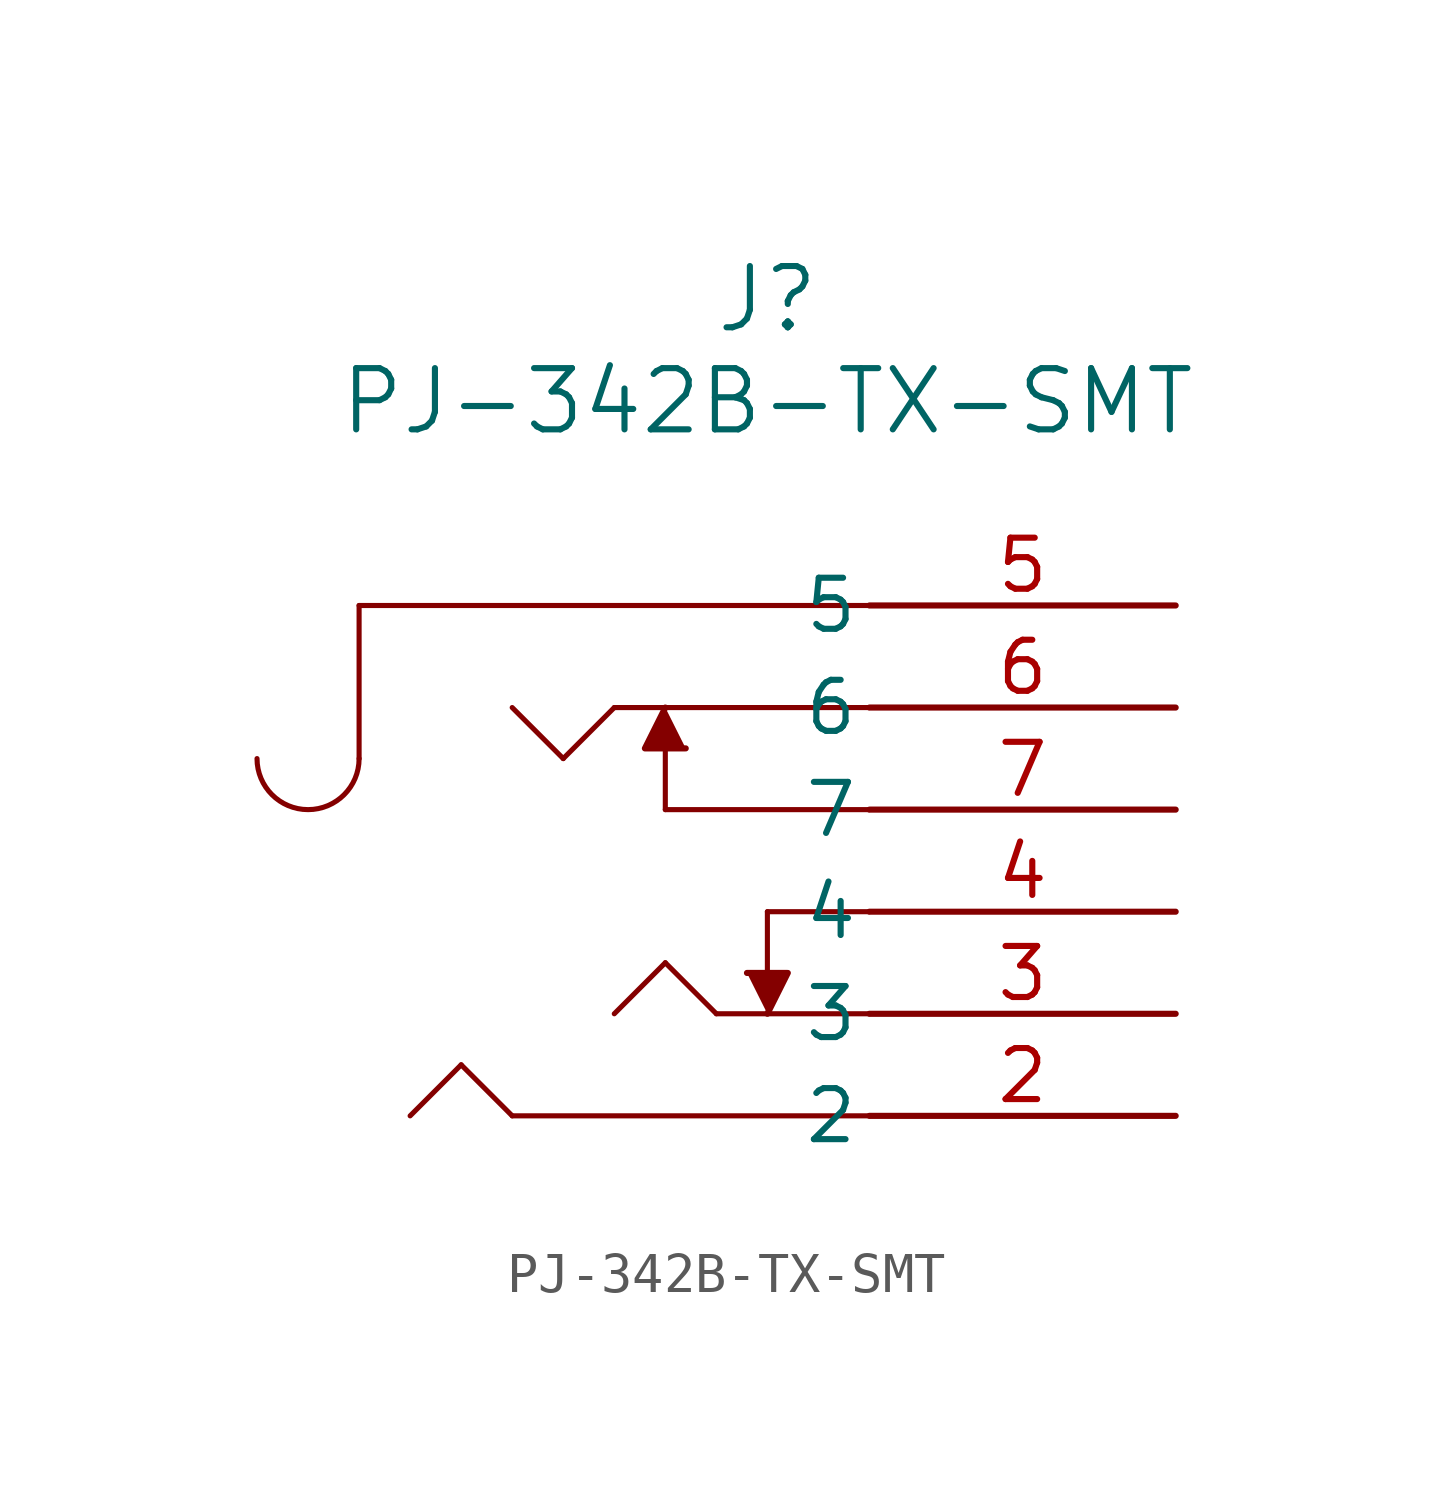
<source format=kicad_sym>
(kicad_symbol_lib
  (version 20231120)
  (generator "kicad_symbol_editor")
  (generator_version "8.0")
  (symbol "PJ-342B-TX-SMT"
    (pin_names
      (offset 0.254))
    (property "Reference" "J"
      (at -10.16 7.62 0)
      (effects (font (size 1.524 1.524))))
    (property "Value" "PJ-342B-TX-SMT"
      (at -10.16 5.08 0)
      (effects (font (size 1.524 1.524))))
    (symbol "PJ-342B-TX-SMT_0_1"
      (arc (start -22.86 -3.81) (mid -21.59 -5.0744) (end -20.32 -3.81) (stroke (width 0.127) (type default)) (fill (type none)))
      (polyline (pts (xy -20.32 0) (xy -20.32 -3.81)) (stroke (width 0.127) (type default)) (fill (type none)))
      (polyline (pts (xy -17.78 -11.43) (xy -19.05 -12.7)) (stroke (width 0.127) (type default)) (fill (type none)))
      (polyline (pts (xy -16.51 -12.7) (xy -17.78 -11.43)) (stroke (width 0.127) (type default)) (fill (type none)))
      (polyline (pts (xy -15.24 -3.81) (xy -16.51 -2.54)) (stroke (width 0.127) (type default)) (fill (type none)))
      (polyline (pts (xy -13.97 -2.54) (xy -15.24 -3.81)) (stroke (width 0.127) (type default)) (fill (type none)))
      (polyline (pts (xy -12.7 -8.89) (xy -13.97 -10.16)) (stroke (width 0.127) (type default)) (fill (type none)))
      (polyline (pts (xy -12.7 -5.08) (xy -7.62 -5.08)) (stroke (width 0.127) (type default)) (fill (type none)))
      (polyline (pts (xy -12.7 -3.556) (xy -12.7 -5.08)) (stroke (width 0.127) (type default)) (fill (type none)))
      (polyline (pts (xy -11.43 -10.16) (xy -12.7 -8.89)) (stroke (width 0.127) (type default)) (fill (type none)))
      (polyline (pts (xy -10.16 -9.144) (xy -10.16 -7.62)) (stroke (width 0.127) (type default)) (fill (type none)))
      (polyline (pts (xy -10.16 -7.62) (xy -7.62 -7.62)) (stroke (width 0.127) (type default)) (fill (type none)))
      (polyline (pts (xy -7.62 -12.7) (xy -16.51 -12.7)) (stroke (width 0.127) (type default)) (fill (type none)))
      (polyline (pts (xy -7.62 -10.16) (xy -11.43 -10.16)) (stroke (width 0.127) (type default)) (fill (type none)))
      (polyline (pts (xy -7.62 -2.54) (xy -13.97 -2.54)) (stroke (width 0.127) (type default)) (fill (type none)))
      (polyline (pts (xy -7.62 0) (xy -20.32 0)) (stroke (width 0.127) (type default)) (fill (type none)))
      (polyline (pts (xy -12.7 -2.54) (xy -13.208 -3.556) (xy -12.192 -3.556)) (stroke (width 0) (type default)) (fill (type outline)))
      (polyline (pts (xy -10.16 -10.16) (xy -9.652 -9.144) (xy -10.668 -9.144)) (stroke (width 0) (type default)) (fill (type outline)))
      (pin unspecified line (at 0 -12.7 180) (length 7.62) (name "2" (effects (font (size 1.27 1.27)))) (number "2" (effects (font (size 1.27 1.27)))))
      (pin unspecified line (at 0 -10.16 180) (length 7.62) (name "3" (effects (font (size 1.27 1.27)))) (number "3" (effects (font (size 1.27 1.27)))))
      (pin unspecified line (at 0 -7.62 180) (length 7.62) (name "4" (effects (font (size 1.27 1.27)))) (number "4" (effects (font (size 1.27 1.27)))))
      (pin unspecified line (at 0 0 180) (length 7.62) (name "5" (effects (font (size 1.27 1.27)))) (number "5" (effects (font (size 1.27 1.27)))))
      (pin unspecified line (at 0 -2.54 180) (length 7.62) (name "6" (effects (font (size 1.27 1.27)))) (number "6" (effects (font (size 1.27 1.27)))))
      (pin unspecified line (at 0 -5.08 180) (length 7.62) (name "7" (effects (font (size 1.27 1.27)))) (number "7" (effects (font (size 1.27 1.27))))))))
</source>
